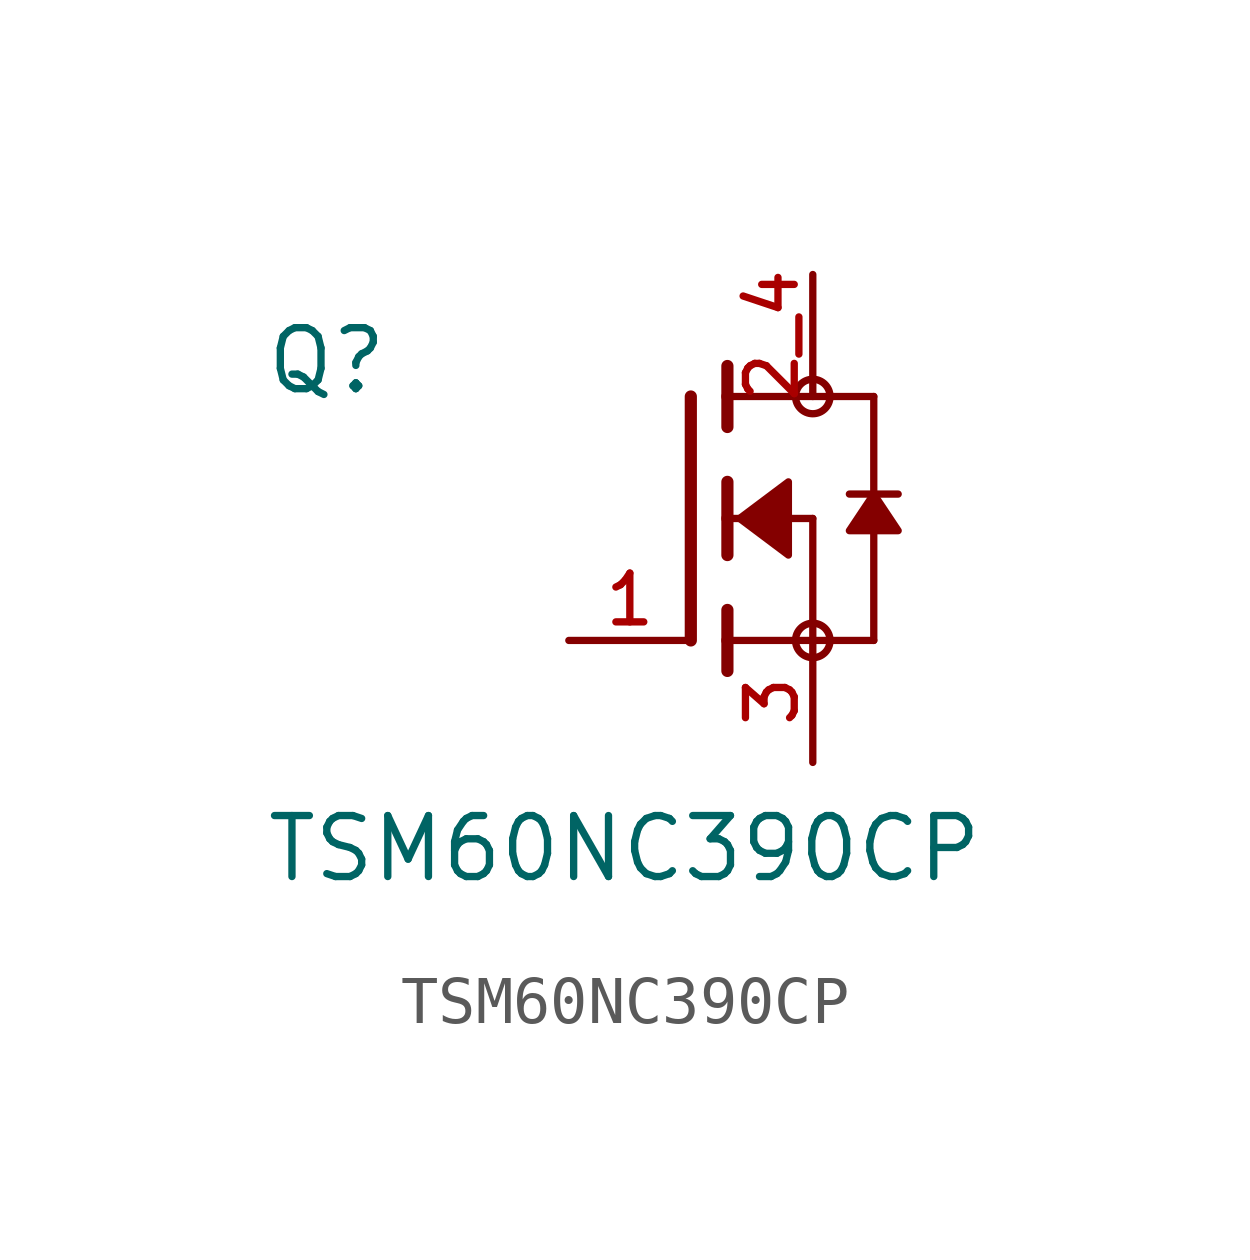
<source format=kicad_sym>
(kicad_symbol_lib
  (version 20211014)
  (generator kicad_symbol_editor)
  (symbol "TSM60NC390CP"
    (pin_names
      (offset 1.016))
    (property "Reference" "Q"
      (at -8.89 2.54 0)
      (effects (font (size 1.27 1.27)) (justify bottom left)))
    (property "Value" "TSM60NC390CP"
      (at -8.89 -7.62 0)
      (effects (font (size 1.27 1.27)) (justify bottom left)))
    (symbol "TSM60NC390CP_0_0"
      (polyline (pts (xy 0.762 0.762) (xy 0.762 0.0)) (stroke (width 0.254)))
      (polyline (pts (xy 0.762 0.0) (xy 0.762 -0.762)) (stroke (width 0.254)))
      (polyline (pts (xy 0.762 3.175) (xy 0.762 2.54)) (stroke (width 0.254)))
      (polyline (pts (xy 0.762 2.54) (xy 0.762 1.905)) (stroke (width 0.254)))
      (polyline (pts (xy 0.762 0.0) (xy 2.54 0.0)) (stroke (width 0.152)))
      (polyline (pts (xy 2.54 0.0) (xy 2.54 -2.54)) (stroke (width 0.152)))
      (polyline (pts (xy 0.762 -1.905) (xy 0.762 -2.54)) (stroke (width 0.254)))
      (polyline (pts (xy 0.762 -2.54) (xy 0.762 -3.175)) (stroke (width 0.254)))
      (polyline (pts (xy 0.0 2.54) (xy 0.0 -2.54)) (stroke (width 0.254)))
      (polyline (pts (xy 2.54 -2.54) (xy 0.762 -2.54)) (stroke (width 0.152)))
      (polyline (pts (xy 3.81 2.54) (xy 3.81 0.508)) (stroke (width 0.152)))
      (polyline (pts (xy 3.81 0.508) (xy 3.81 -2.54)) (stroke (width 0.152)))
      (polyline (pts (xy 2.54 -2.54) (xy 3.81 -2.54)) (stroke (width 0.152)))
      (polyline (pts (xy 0.762 2.54) (xy 3.81 2.54)) (stroke (width 0.152)))
      (polyline (pts (xy 4.318 0.508) (xy 3.81 0.508)) (stroke (width 0.152)))
      (polyline (pts (xy 3.81 0.508) (xy 3.302 0.508)) (stroke (width 0.152)))
      (circle (center 2.54 -2.54) (radius 0.359) (stroke (width 0.0)) (fill (type none)))
      (circle (center 2.54 2.54) (radius 0.359) (stroke (width 0.0)) (fill (type none)))
      (polyline (pts (xy 3.81 0.508) (xy 3.302 -0.254) (xy 4.318 -0.254) (xy 3.81 0.508)) (stroke (width 0.152)) (fill (type outline)))
      (polyline (pts (xy 1.016 0.0) (xy 2.032 0.762) (xy 2.032 -0.762) (xy 1.016 0.0)) (stroke (width 0.152)) (fill (type outline)))
      (pin passive line (at 2.54 -5.08 90.0) (length 2.54) (name "~" (effects (font (size 1.016 1.016)))) (number "3" (effects (font (size 1.016 1.016)))))
      (pin passive line (at -2.54 -2.54 0) (length 2.54) (name "~" (effects (font (size 1.016 1.016)))) (number "1" (effects (font (size 1.016 1.016)))))
      (pin passive line (at 2.54 5.08 270.0) (length 2.54) (name "~" (effects (font (size 1.016 1.016)))) (number "2_4" (effects (font (size 1.016 1.016))))))))
</source>
